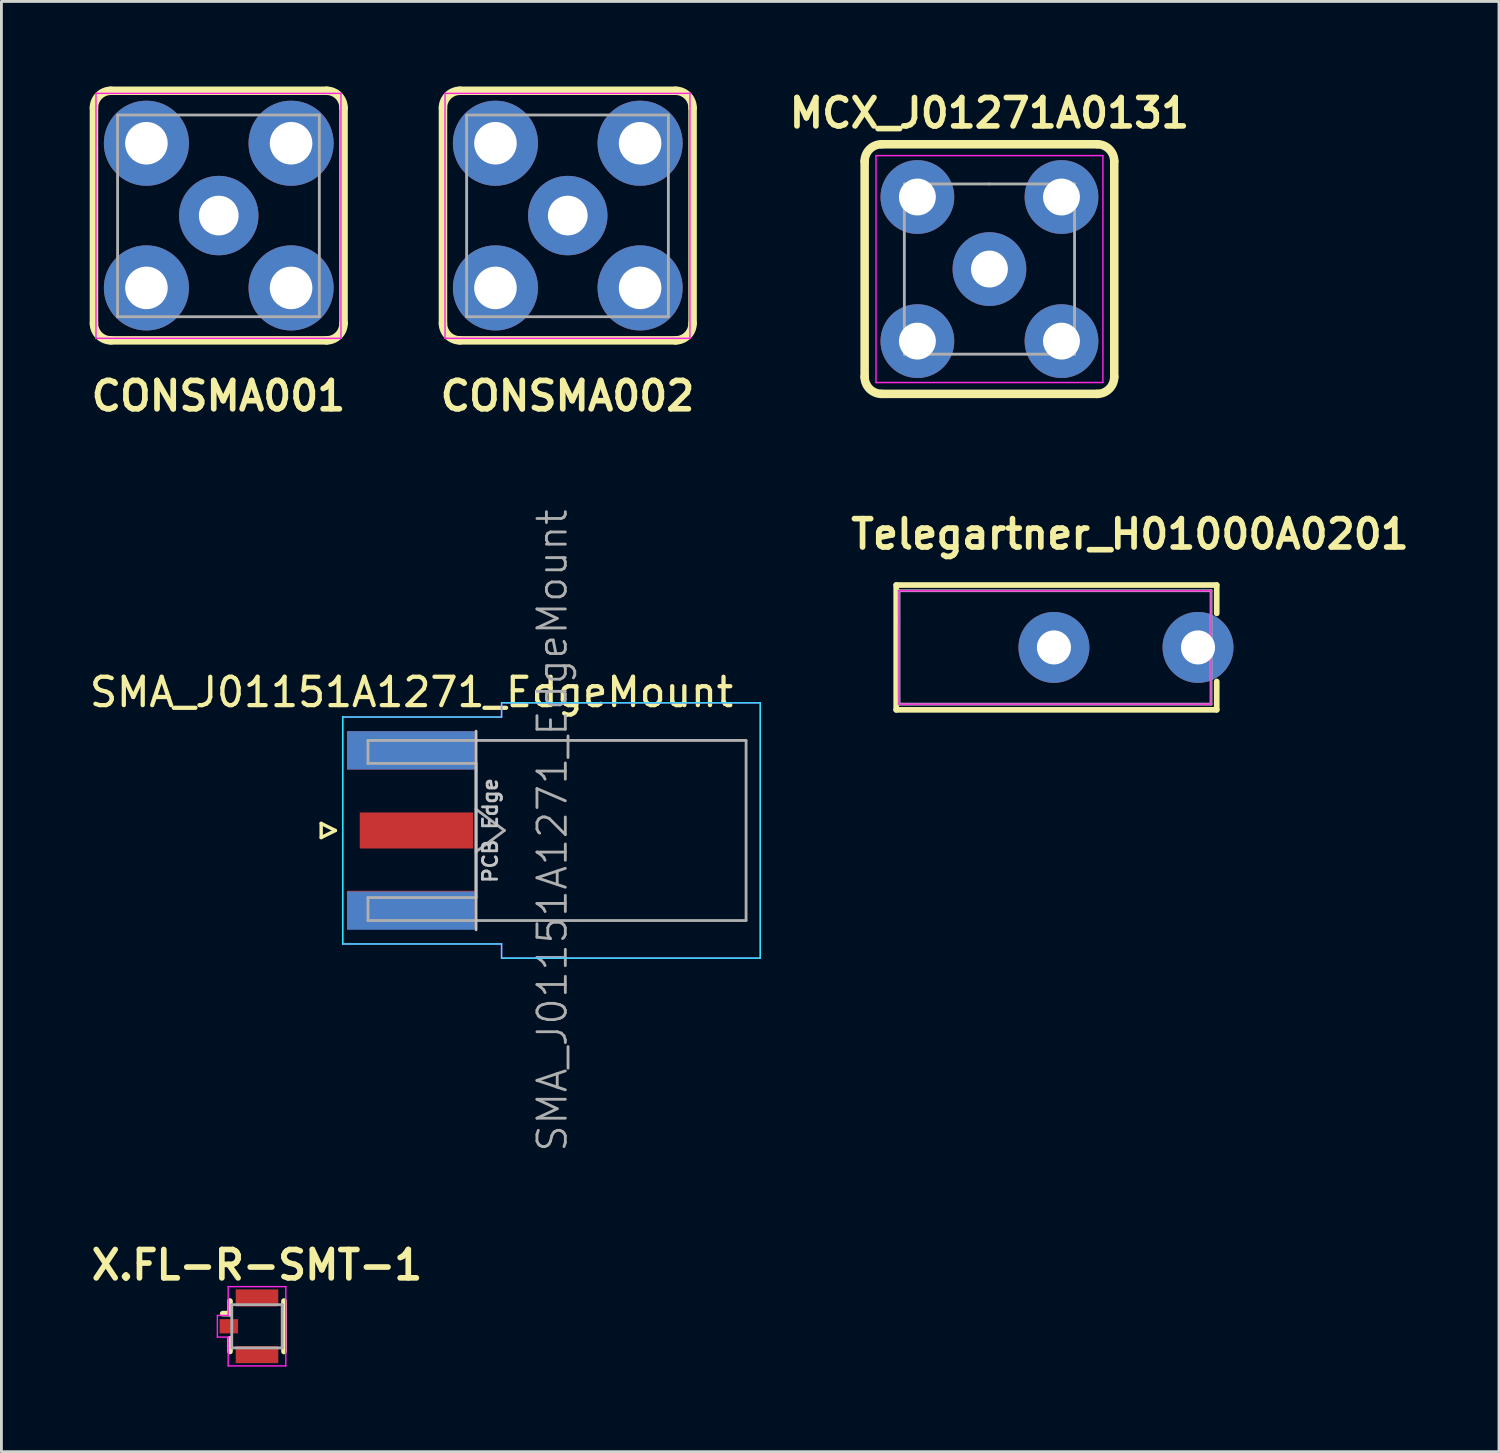
<source format=kicad_pcb>
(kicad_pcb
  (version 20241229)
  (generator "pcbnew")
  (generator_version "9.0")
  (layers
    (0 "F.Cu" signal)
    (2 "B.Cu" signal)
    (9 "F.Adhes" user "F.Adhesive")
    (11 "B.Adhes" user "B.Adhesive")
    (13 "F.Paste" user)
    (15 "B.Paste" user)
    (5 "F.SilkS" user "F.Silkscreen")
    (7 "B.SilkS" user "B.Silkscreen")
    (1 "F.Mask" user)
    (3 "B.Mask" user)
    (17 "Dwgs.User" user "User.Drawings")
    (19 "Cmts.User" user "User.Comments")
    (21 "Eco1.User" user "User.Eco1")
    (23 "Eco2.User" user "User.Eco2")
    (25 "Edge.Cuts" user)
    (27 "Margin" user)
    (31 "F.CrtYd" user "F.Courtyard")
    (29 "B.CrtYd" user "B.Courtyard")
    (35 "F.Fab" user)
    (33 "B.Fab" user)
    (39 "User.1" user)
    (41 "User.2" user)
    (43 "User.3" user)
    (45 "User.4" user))
  (footprint "X.FL-R-SMT-1"
    (layer "F.Cu")
    (at 6.01 43.708)
    (property "Reference" "X.FL-R-SMT-1" (at 0 -2.159 0) (layer "F.SilkS") (effects (font (size 1 1) (thickness 0.2))))
    (attr through_hole)
    (fp_line (start -0.953 -0.889) (end -0.953 -0.445) (stroke (width 0.2) (type solid)) (layer "F.SilkS"))
    (fp_line (start -0.953 -0.445) (end -1.206 -0.445) (stroke (width 0.2) (type solid)) (layer "F.SilkS"))
    (fp_line (start -0.953 0.445) (end -0.953 0.889) (stroke (width 0.2) (type solid)) (layer "F.SilkS"))
    (fp_line (start 0.953 -0.889) (end 0.953 0.889) (stroke (width 0.2) (type solid)) (layer "F.SilkS"))
    (fp_line (start -1.397 -0.381) (end -1.016 -0.381) (stroke (width 0.05) (type solid)) (layer "F.CrtYd"))
    (fp_line (start -1.397 0.381) (end -1.397 -0.381) (stroke (width 0.05) (type solid)) (layer "F.CrtYd"))
    (fp_line (start -1.016 -1.397) (end 1.016 -1.397) (stroke (width 0.05) (type solid)) (layer "F.CrtYd"))
    (fp_line (start -1.016 -0.381) (end -1.016 -1.397) (stroke (width 0.05) (type solid)) (layer "F.CrtYd"))
    (fp_line (start -1.016 0.381) (end -1.397 0.381) (stroke (width 0.05) (type solid)) (layer "F.CrtYd"))
    (fp_line (start -1.016 1.397) (end -1.016 0.381) (stroke (width 0.05) (type solid)) (layer "F.CrtYd"))
    (fp_line (start 1.016 -1.397) (end 1.016 1.397) (stroke (width 0.05) (type solid)) (layer "F.CrtYd"))
    (fp_line (start 1.016 1.397) (end -1.016 1.397) (stroke (width 0.05) (type solid)) (layer "F.CrtYd"))
    (fp_line (start -0.889 -0.762) (end 0.889 -0.762) (stroke (width 0.1) (type solid)) (layer "F.Fab"))
    (fp_line (start -0.889 0.762) (end -0.889 -0.762) (stroke (width 0.1) (type solid)) (layer "F.Fab"))
    (fp_line (start 0.889 -0.762) (end 0.889 0.762) (stroke (width 0.1) (type solid)) (layer "F.Fab"))
    (fp_line (start 0.889 0.762) (end -0.889 0.762) (stroke (width 0.1) (type solid)) (layer "F.Fab"))
    (pad "1" smd rect (at -0.992 0) (size 0.65 0.5) (layers "F.Cu" "F.Mask" "F.Paste"))
    (pad "2" smd rect (at 0 -1) (size 1.5 0.6) (layers "F.Cu" "F.Mask" "F.Paste"))
    (pad "2" smd rect (at 0 1) (size 1.5 0.6) (layers "F.Cu" "F.Mask" "F.Paste")))
  (footprint "CONSMA002"
    (layer "F.Cu")
    (at 16.967 4.55)
    (property "Reference" "CONSMA002" (at -0.01 6.36 0) (layer "F.SilkS") (effects (font (size 1 1) (thickness 0.2))))
    (attr through_hole)
    (fp_line (start -4.4 -3.8) (end -4.4 3.8) (stroke (width 0.3) (type solid)) (layer "F.SilkS"))
    (fp_line (start -3.8 -4.4) (end 3.8 -4.4) (stroke (width 0.3) (type solid)) (layer "F.SilkS"))
    (fp_line (start -3.8 4.4) (end 3.8 4.4) (stroke (width 0.3) (type solid)) (layer "F.SilkS"))
    (fp_line (start 4.4 -3.8) (end 4.4 3.8) (stroke (width 0.3) (type solid)) (layer "F.SilkS"))
    (fp_arc (start -4.4 -3.8) (mid -4.224264 -4.224264) (end -3.8 -4.4) (stroke (width 0.3) (type solid)) (layer "F.SilkS"))
    (fp_arc (start -3.8 4.4) (mid -4.224264 4.224264) (end -4.4 3.8) (stroke (width 0.3) (type solid)) (layer "F.SilkS"))
    (fp_arc (start 3.8 -4.4) (mid 4.224264 -4.224264) (end 4.4 -3.8) (stroke (width 0.3) (type solid)) (layer "F.SilkS"))
    (fp_arc (start 4.4 3.8) (mid 4.224264 4.224264) (end 3.8 4.4) (stroke (width 0.3) (type solid)) (layer "F.SilkS"))
    (fp_line (start -4.328 -4.308) (end 4.308 -4.308) (stroke (width 0.05) (type solid)) (layer "F.CrtYd"))
    (fp_line (start -4.328 4.328) (end -4.328 -4.308) (stroke (width 0.05) (type solid)) (layer "F.CrtYd"))
    (fp_line (start 4.308 -4.308) (end 4.308 4.328) (stroke (width 0.05) (type solid)) (layer "F.CrtYd"))
    (fp_line (start 4.308 4.328) (end -4.328 4.328) (stroke (width 0.05) (type solid)) (layer "F.CrtYd"))
    (fp_line (start -3.566 -3.546) (end 3.546 -3.546) (stroke (width 0.1) (type solid)) (layer "F.Fab"))
    (fp_line (start -3.566 3.566) (end -3.566 -3.546) (stroke (width 0.1) (type solid)) (layer "F.Fab"))
    (fp_line (start 3.546 -3.546) (end 3.546 3.566) (stroke (width 0.1) (type solid)) (layer "F.Fab"))
    (fp_line (start 3.546 3.566) (end -3.566 3.566) (stroke (width 0.1) (type solid)) (layer "F.Fab"))
    (pad "1" thru_hole circle (at 0 0) (size 2.8 2.8) (drill 1.4) (layers "*.Cu" "*.Mask"))
    (pad "2" thru_hole circle (at -2.55 -2.55) (size 3 3) (drill 1.5) (layers "*.Cu" "*.Mask"))
    (pad "2" thru_hole circle (at -2.55 2.55) (size 3 3) (drill 1.5) (layers "*.Cu" "*.Mask"))
    (pad "2" thru_hole circle (at 2.55 -2.55) (size 3 3) (drill 1.5) (layers "*.Cu" "*.Mask"))
    (pad "2" thru_hole circle (at 2.55 2.55) (size 3 3) (drill 1.5) (layers "*.Cu" "*.Mask")))
  (footprint "CONSMA001"
    (layer "F.Cu")
    (at 4.662 4.55)
    (property "Reference" "CONSMA001" (at -0.01 6.36 0) (layer "F.SilkS") (effects (font (size 1 1) (thickness 0.2))))
    (attr through_hole)
    (fp_line (start -4.4 -3.8) (end -4.4 3.8) (stroke (width 0.3) (type solid)) (layer "F.SilkS"))
    (fp_line (start -3.8 -4.4) (end 3.8 -4.4) (stroke (width 0.3) (type solid)) (layer "F.SilkS"))
    (fp_line (start -3.8 4.4) (end 3.8 4.4) (stroke (width 0.3) (type solid)) (layer "F.SilkS"))
    (fp_line (start 4.4 -3.8) (end 4.4 3.8) (stroke (width 0.3) (type solid)) (layer "F.SilkS"))
    (fp_arc (start -4.4 -3.8) (mid -4.224264 -4.224264) (end -3.8 -4.4) (stroke (width 0.3) (type solid)) (layer "F.SilkS"))
    (fp_arc (start -3.8 4.4) (mid -4.224264 4.224264) (end -4.4 3.8) (stroke (width 0.3) (type solid)) (layer "F.SilkS"))
    (fp_arc (start 3.8 -4.4) (mid 4.224264 -4.224264) (end 4.4 -3.8) (stroke (width 0.3) (type solid)) (layer "F.SilkS"))
    (fp_arc (start 4.4 3.8) (mid 4.224264 4.224264) (end 3.8 4.4) (stroke (width 0.3) (type solid)) (layer "F.SilkS"))
    (fp_line (start -4.328 -4.308) (end 4.308 -4.308) (stroke (width 0.05) (type solid)) (layer "F.CrtYd"))
    (fp_line (start -4.328 4.328) (end -4.328 -4.308) (stroke (width 0.05) (type solid)) (layer "F.CrtYd"))
    (fp_line (start 4.308 -4.308) (end 4.308 4.328) (stroke (width 0.05) (type solid)) (layer "F.CrtYd"))
    (fp_line (start 4.308 4.328) (end -4.328 4.328) (stroke (width 0.05) (type solid)) (layer "F.CrtYd"))
    (fp_line (start -3.566 -3.546) (end 3.546 -3.546) (stroke (width 0.1) (type solid)) (layer "F.Fab"))
    (fp_line (start -3.566 3.566) (end -3.566 -3.546) (stroke (width 0.1) (type solid)) (layer "F.Fab"))
    (fp_line (start 3.546 -3.546) (end 3.546 3.566) (stroke (width 0.1) (type solid)) (layer "F.Fab"))
    (fp_line (start 3.546 3.566) (end -3.566 3.566) (stroke (width 0.1) (type solid)) (layer "F.Fab"))
    (pad "1" thru_hole circle (at 0 0) (size 2.8 2.8) (drill 1.4) (layers "*.Cu" "*.Mask"))
    (pad "2" thru_hole circle (at -2.55 -2.55) (size 3 3) (drill 1.5) (layers "*.Cu" "*.Mask"))
    (pad "2" thru_hole circle (at -2.55 2.55) (size 3 3) (drill 1.5) (layers "*.Cu" "*.Mask"))
    (pad "2" thru_hole circle (at 2.55 -2.55) (size 3 3) (drill 1.5) (layers "*.Cu" "*.Mask"))
    (pad "2" thru_hole circle (at 2.55 2.55) (size 3 3) (drill 1.5) (layers "*.Cu" "*.Mask")))
  (footprint "Telegartner_H01000A0201"
    (layer "F.Cu")
    (at 36.646 19.775)
    (property "Reference" "Telegartner_H01000A0201" (at 0.142 -3.993 0) (layer "F.SilkS") (effects (font (size 1 1) (thickness 0.2))))
    (attr through_hole)
    (fp_line (start -8.1 -2.2) (end -8.1 2.2) (stroke (width 0.2) (type solid)) (layer "F.SilkS"))
    (fp_line (start -8.1 2.2) (end 3.2 2.2) (stroke (width 0.2) (type solid)) (layer "F.SilkS"))
    (fp_line (start 3.2 -2.2) (end -8.1 -2.2) (stroke (width 0.2) (type solid)) (layer "F.SilkS"))
    (fp_line (start 3.2 -1.2) (end 3.2 -2.2) (stroke (width 0.2) (type solid)) (layer "F.SilkS"))
    (fp_line (start 3.2 2.2) (end 3.2 1.2) (stroke (width 0.2) (type solid)) (layer "F.SilkS"))
    (fp_line (start -8 -2) (end 3 -2) (stroke (width 0.05) (type solid)) (layer "F.CrtYd"))
    (fp_line (start -8 -1) (end -8 -2) (stroke (width 0.05) (type solid)) (layer "F.CrtYd"))
    (fp_line (start -8 2) (end -8 -1) (stroke (width 0.05) (type solid)) (layer "F.CrtYd"))
    (fp_line (start 3 -2) (end 3 2) (stroke (width 0.05) (type solid)) (layer "F.CrtYd"))
    (fp_line (start 3 2) (end -8 2) (stroke (width 0.05) (type solid)) (layer "F.CrtYd"))
    (fp_line (start -8 -2) (end -8 2) (stroke (width 0.1) (type solid)) (layer "F.Fab"))
    (fp_line (start -8 2) (end 3 2) (stroke (width 0.1) (type solid)) (layer "F.Fab"))
    (fp_line (start 3 -2) (end -8 -2) (stroke (width 0.1) (type solid)) (layer "F.Fab"))
    (fp_line (start 3 2) (end 3 -2) (stroke (width 0.1) (type solid)) (layer "F.Fab"))
    (pad "1" thru_hole circle (at 2.54 0) (size 2.5 2.5) (drill 1.2) (layers "*.Cu" "*.Mask"))
    (pad "2" thru_hole circle (at -2.54 0) (size 2.5 2.5) (drill 1.2) (layers "*.Cu" "*.Mask")))
  (footprint "SMA_J01151A1271_EdgeMount"
    (layer "F.Cu")
    (at 11.633 26.229)
    (property "Reference" "SMA_J01151A1271_EdgeMount" (at -0.175 -4.875 180) (layer "F.SilkS") (effects (font (size 1 1) (thickness 0.15))))
    (attr smd)
    (fp_line (start -3.36 -0.25) (end -3.36 0.25) (stroke (width 0.12) (type solid)) (layer "F.SilkS"))
    (fp_line (start -3.36 0.25) (end -2.86 0) (stroke (width 0.12) (type solid)) (layer "F.SilkS"))
    (fp_line (start -2.86 0) (end -3.36 -0.25) (stroke (width 0.12) (type solid)) (layer "F.SilkS"))
    (fp_line (start 2.1 -3.5) (end 2.1 3.5) (stroke (width 0.1) (type solid)) (layer "Dwgs.User"))
    (fp_line (start -2.6 4) (end -2.6 -4) (stroke (width 0.05) (type solid)) (layer "B.CrtYd"))
    (fp_line (start 3 -4.5) (end 3 -4) (stroke (width 0.05) (type solid)) (layer "B.CrtYd"))
    (fp_line (start 3 -4) (end -2.6 -4) (stroke (width 0.05) (type solid)) (layer "B.CrtYd"))
    (fp_line (start 3 4) (end -2.6 4) (stroke (width 0.05) (type solid)) (layer "B.CrtYd"))
    (fp_line (start 3 4.5) (end 3 4) (stroke (width 0.05) (type solid)) (layer "B.CrtYd"))
    (fp_line (start 12.12 -4.5) (end 3 -4.5) (stroke (width 0.05) (type solid)) (layer "B.CrtYd"))
    (fp_line (start 12.12 -4.5) (end 12.12 4.5) (stroke (width 0.05) (type solid)) (layer "B.CrtYd"))
    (fp_line (start 12.12 4.5) (end 3 4.5) (stroke (width 0.05) (type solid)) (layer "B.CrtYd"))
    (fp_line (start -2.6 4) (end -2.6 -4) (stroke (width 0.05) (type solid)) (layer "F.CrtYd"))
    (fp_line (start 3 -4.5) (end 3 -4) (stroke (width 0.05) (type solid)) (layer "F.CrtYd"))
    (fp_line (start 3 -4) (end -2.6 -4) (stroke (width 0.05) (type solid)) (layer "F.CrtYd"))
    (fp_line (start 3 4) (end -2.6 4) (stroke (width 0.05) (type solid)) (layer "F.CrtYd"))
    (fp_line (start 3 4.5) (end 3 4) (stroke (width 0.05) (type solid)) (layer "F.CrtYd"))
    (fp_line (start 12.12 -4.5) (end 3 -4.5) (stroke (width 0.05) (type solid)) (layer "F.CrtYd"))
    (fp_line (start 12.12 -4.5) (end 12.12 4.5) (stroke (width 0.05) (type solid)) (layer "F.CrtYd"))
    (fp_line (start 12.12 4.5) (end 3 4.5) (stroke (width 0.05) (type solid)) (layer "F.CrtYd"))
    (fp_line (start -1.71 -3.175) (end -1.71 -2.365) (stroke (width 0.1) (type solid)) (layer "F.Fab"))
    (fp_line (start -1.71 -3.175) (end 11.62 -3.175) (stroke (width 0.1) (type solid)) (layer "F.Fab"))
    (fp_line (start -1.71 -2.365) (end 2.1 -2.365) (stroke (width 0.1) (type solid)) (layer "F.Fab"))
    (fp_line (start -1.71 2.365) (end -1.71 3.175) (stroke (width 0.1) (type solid)) (layer "F.Fab"))
    (fp_line (start -1.71 3.175) (end 11.62 3.175) (stroke (width 0.1) (type solid)) (layer "F.Fab"))
    (fp_line (start 2.1 -2.365) (end 2.1 2.365) (stroke (width 0.1) (type solid)) (layer "F.Fab"))
    (fp_line (start 2.1 -0.75) (end 3.1 0) (stroke (width 0.1) (type solid)) (layer "F.Fab"))
    (fp_line (start 2.1 2.365) (end -1.71 2.365) (stroke (width 0.1) (type solid)) (layer "F.Fab"))
    (fp_line (start 3.1 0) (end 2.1 0.75) (stroke (width 0.1) (type solid)) (layer "F.Fab"))
    (fp_line (start 11.62 -3.165) (end 11.62 3.165) (stroke (width 0.1) (type solid)) (layer "F.Fab"))
    (fp_text user "PCB Edge" (at 2.6 0 90) (layer "Dwgs.User") (effects (font (size 0.5 0.5) (thickness 0.1))))
    (fp_text user "${REFERENCE}" (at 4.79 0 270) (layer "F.Fab") (effects (font (size 1 1) (thickness 0.1))))
    (pad "1" smd rect (at 0 0 90) (size 1.27 4) (layers "F.Cu" "F.Mask" "F.Paste"))
    (pad "2" smd rect (at -0.2 -2.825 90) (size 1.35 4.5) (layers "F.Cu" "F.Mask" "F.Paste"))
    (pad "2" smd rect (at -0.2 -2.825 90) (size 1.35 4.5) (layers "B.Cu" "B.Mask" "B.Paste"))
    (pad "2" smd rect (at -0.2 2.8 90) (size 1.35 4.5) (layers "F.Cu" "F.Mask" "F.Paste"))
    (pad "2" smd rect (at -0.2 2.825 90) (size 1.35 4.5) (layers "B.Cu" "B.Mask" "B.Paste")))
  (footprint "MCX_J01271A0131"
    (layer "F.Cu")
    (at 31.833 6.436)
    (property "Reference" "MCX_J01271A0131" (at 0 -5.5 0) (layer "F.SilkS") (effects (font (size 1 1) (thickness 0.2))))
    (attr through_hole)
    (fp_line (start -4.4 -3.8) (end -4.4 3.8) (stroke (width 0.3) (type solid)) (layer "F.SilkS"))
    (fp_line (start -3.8 -4.4) (end 3.8 -4.4) (stroke (width 0.3) (type solid)) (layer "F.SilkS"))
    (fp_line (start -3.8 4.4) (end 3.8 4.4) (stroke (width 0.3) (type solid)) (layer "F.SilkS"))
    (fp_line (start 4.4 -3.8) (end 4.4 3.8) (stroke (width 0.3) (type solid)) (layer "F.SilkS"))
    (fp_arc (start -4.4 -3.8) (mid -4.224264 -4.224264) (end -3.8 -4.4) (stroke (width 0.3) (type solid)) (layer "F.SilkS"))
    (fp_arc (start -3.8 4.4) (mid -4.224264 4.224264) (end -4.4 3.8) (stroke (width 0.3) (type solid)) (layer "F.SilkS"))
    (fp_arc (start 3.8 -4.4) (mid 4.224264 -4.224264) (end 4.4 -3.8) (stroke (width 0.3) (type solid)) (layer "F.SilkS"))
    (fp_arc (start 4.4 3.8) (mid 4.224264 4.224264) (end 3.8 4.4) (stroke (width 0.3) (type solid)) (layer "F.SilkS"))
    (fp_line (start -4 -4) (end 4 -4) (stroke (width 0.05) (type solid)) (layer "F.CrtYd"))
    (fp_line (start -4 4) (end -4 -4) (stroke (width 0.05) (type solid)) (layer "F.CrtYd"))
    (fp_line (start 4 -4) (end 4 4) (stroke (width 0.05) (type solid)) (layer "F.CrtYd"))
    (fp_line (start 4 4) (end -4 4) (stroke (width 0.05) (type solid)) (layer "F.CrtYd"))
    (fp_line (start -3 -3) (end -3 3) (stroke (width 0.1) (type solid)) (layer "F.Fab"))
    (fp_line (start -3 3) (end 3 3) (stroke (width 0.1) (type solid)) (layer "F.Fab"))
    (fp_line (start 0 -3) (end -3 -3) (stroke (width 0.1) (type solid)) (layer "F.Fab"))
    (fp_line (start 3 -3) (end 0 -3) (stroke (width 0.1) (type solid)) (layer "F.Fab"))
    (fp_line (start 3 3) (end 3 -3) (stroke (width 0.1) (type solid)) (layer "F.Fab"))
    (pad "1" thru_hole circle (at 0 0) (size 2.6 2.6) (drill 1.3) (layers "*.Cu" "*.Mask"))
    (pad "2" thru_hole circle (at -2.54 -2.54) (size 2.6 2.6) (drill 1.3) (layers "*.Cu" "*.Mask"))
    (pad "2" thru_hole circle (at -2.54 2.54) (size 2.6 2.6) (drill 1.3) (layers "*.Cu" "*.Mask"))
    (pad "2" thru_hole circle (at 2.54 -2.54) (size 2.6 2.6) (drill 1.3) (layers "*.Cu" "*.Mask"))
    (pad "2" thru_hole circle (at 2.54 2.54) (size 2.6 2.6) (drill 1.3) (layers "*.Cu" "*.Mask")))
  (gr_rect
    (start -3 -3)
    (end 49.797 48.13)
    (stroke (width 0.1) (type default))
    (fill no)
    (layer "Edge.Cuts")))
</source>
